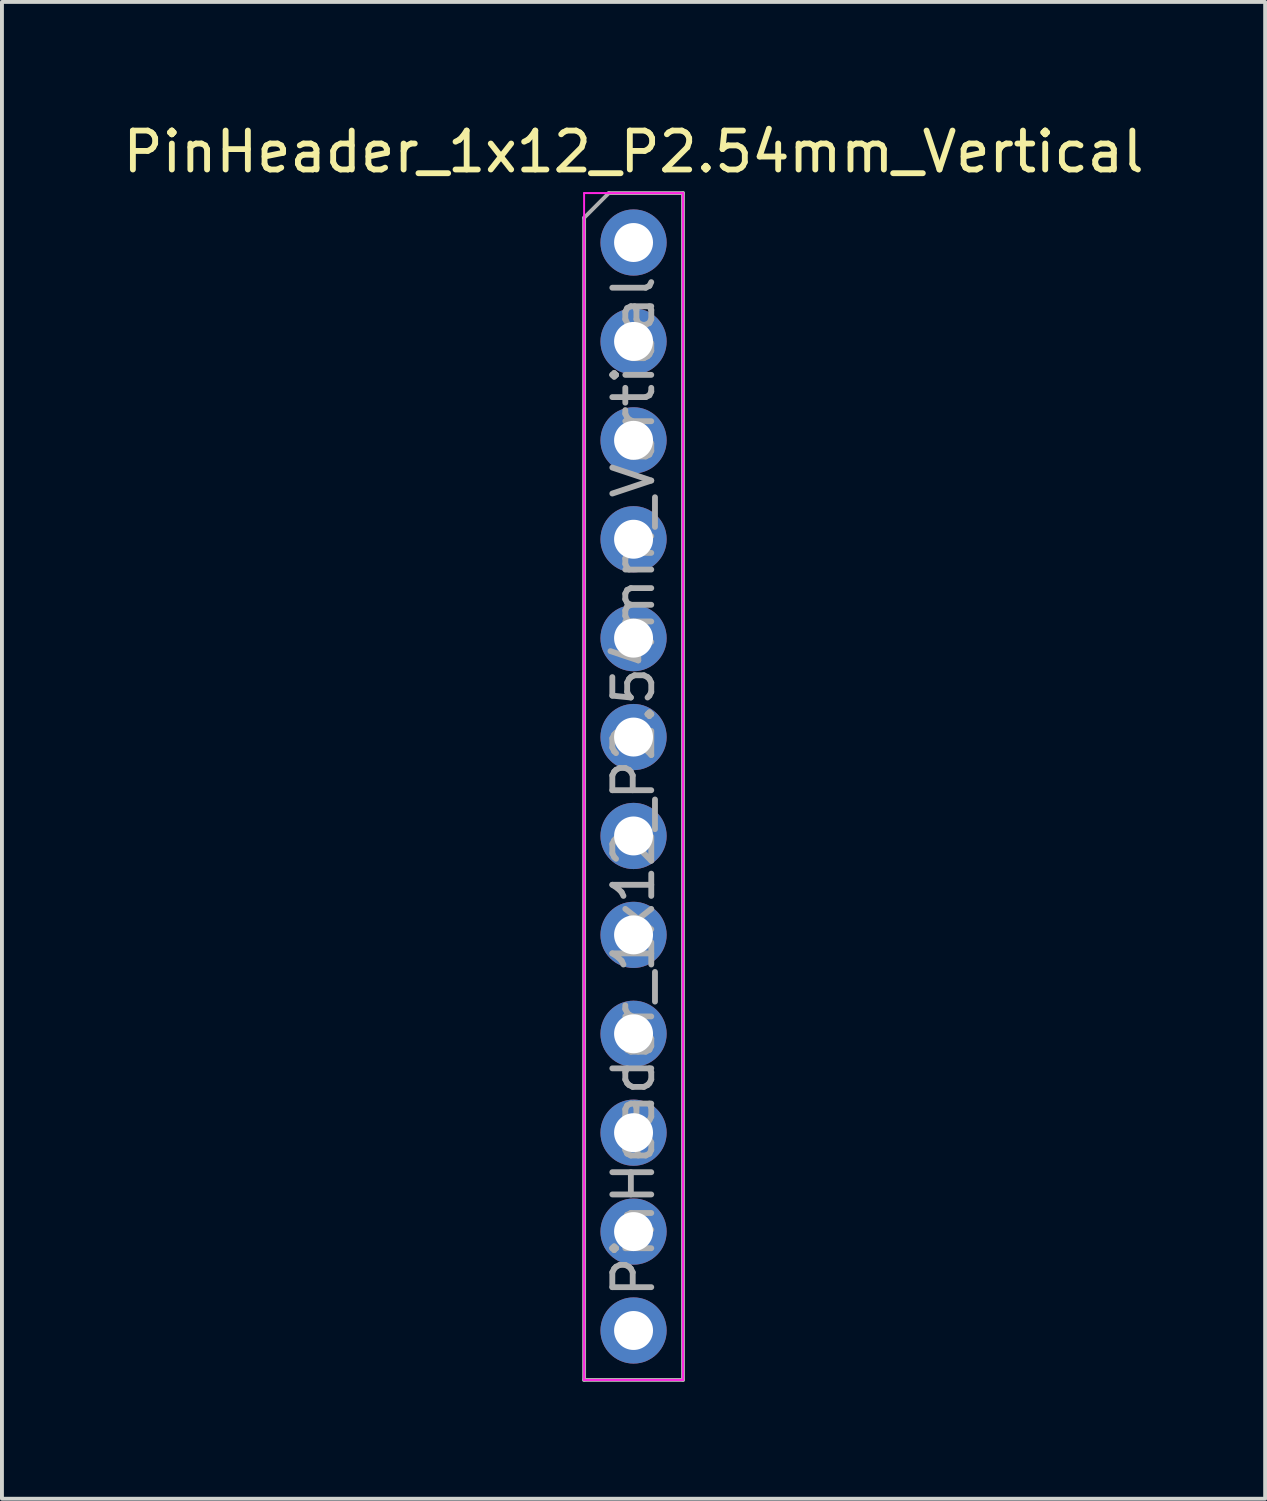
<source format=kicad_pcb>
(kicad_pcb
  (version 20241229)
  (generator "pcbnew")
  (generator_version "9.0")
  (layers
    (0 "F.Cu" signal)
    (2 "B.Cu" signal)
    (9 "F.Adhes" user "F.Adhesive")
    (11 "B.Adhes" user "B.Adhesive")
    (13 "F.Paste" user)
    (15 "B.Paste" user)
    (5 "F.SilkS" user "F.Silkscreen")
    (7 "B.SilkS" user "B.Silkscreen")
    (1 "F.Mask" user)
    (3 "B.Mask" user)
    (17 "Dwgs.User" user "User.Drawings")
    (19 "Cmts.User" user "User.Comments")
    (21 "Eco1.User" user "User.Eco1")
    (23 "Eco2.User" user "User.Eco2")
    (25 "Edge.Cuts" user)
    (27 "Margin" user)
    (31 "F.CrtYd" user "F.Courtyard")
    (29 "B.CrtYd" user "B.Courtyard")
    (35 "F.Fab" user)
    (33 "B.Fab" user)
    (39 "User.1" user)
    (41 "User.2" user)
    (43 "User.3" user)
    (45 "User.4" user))
  (footprint "PinHeader_1x12_P2.54mm_Vertical"
    (layer "F.Cu")
    (at 13.22 3.178)
    (property "Reference" "PinHeader_1x12_P2.54mm_Vertical" (at 0 -2.33 0) (layer "F.SilkS") (effects (font (size 1 1) (thickness 0.15))))
    (attr through_hole)
    (fp_line (start -1.27 -1.27) (end -1.27 29.21) (stroke (width 0.05) (type solid)) (layer "F.CrtYd"))
    (fp_line (start -1.27 29.21) (end 1.27 29.21) (stroke (width 0.05) (type solid)) (layer "F.CrtYd"))
    (fp_line (start 1.27 -1.27) (end -1.27 -1.27) (stroke (width 0.05) (type solid)) (layer "F.CrtYd"))
    (fp_line (start 1.27 29.21) (end 1.27 -1.27) (stroke (width 0.05) (type solid)) (layer "F.CrtYd"))
    (fp_line (start -1.27 -0.635) (end -0.635 -1.27) (stroke (width 0.1) (type solid)) (layer "F.Fab"))
    (fp_line (start -1.27 29.21) (end -1.27 -0.635) (stroke (width 0.1) (type solid)) (layer "F.Fab"))
    (fp_line (start -0.635 -1.27) (end 1.27 -1.27) (stroke (width 0.1) (type solid)) (layer "F.Fab"))
    (fp_line (start 1.27 -1.27) (end 1.27 29.21) (stroke (width 0.1) (type solid)) (layer "F.Fab"))
    (fp_line (start 1.27 29.21) (end -1.27 29.21) (stroke (width 0.1) (type solid)) (layer "F.Fab"))
    (fp_text user "${REFERENCE}" (at 0 13.97 90) (layer "F.Fab") (effects (font (size 1 1) (thickness 0.15))))
    (pad "1" thru_hole oval (at 0 0) (size 1.7 1.7) (drill 1) (layers "*.Cu" "*.Mask"))
    (pad "2" thru_hole oval (at 0 2.54) (size 1.7 1.7) (drill 1) (layers "*.Cu" "*.Mask"))
    (pad "3" thru_hole oval (at 0 5.08) (size 1.7 1.7) (drill 1) (layers "*.Cu" "*.Mask"))
    (pad "4" thru_hole oval (at 0 7.62) (size 1.7 1.7) (drill 1) (layers "*.Cu" "*.Mask"))
    (pad "5" thru_hole oval (at 0 10.16) (size 1.7 1.7) (drill 1) (layers "*.Cu" "*.Mask"))
    (pad "6" thru_hole oval (at 0 12.7) (size 1.7 1.7) (drill 1) (layers "*.Cu" "*.Mask"))
    (pad "7" thru_hole oval (at 0 15.24) (size 1.7 1.7) (drill 1) (layers "*.Cu" "*.Mask"))
    (pad "8" thru_hole oval (at 0 17.78) (size 1.7 1.7) (drill 1) (layers "*.Cu" "*.Mask"))
    (pad "9" thru_hole oval (at 0 20.32) (size 1.7 1.7) (drill 1) (layers "*.Cu" "*.Mask"))
    (pad "10" thru_hole oval (at 0 22.86) (size 1.7 1.7) (drill 1) (layers "*.Cu" "*.Mask"))
    (pad "11" thru_hole oval (at 0 25.4) (size 1.7 1.7) (drill 1) (layers "*.Cu" "*.Mask"))
    (pad "12" thru_hole oval (at 0 27.94) (size 1.7 1.7) (drill 1) (layers "*.Cu" "*.Mask")))
  (gr_rect
    (start -3 -3)
    (end 29.44 35.438)
    (stroke (width 0.1) (type default))
    (fill no)
    (layer "Edge.Cuts")))
</source>
